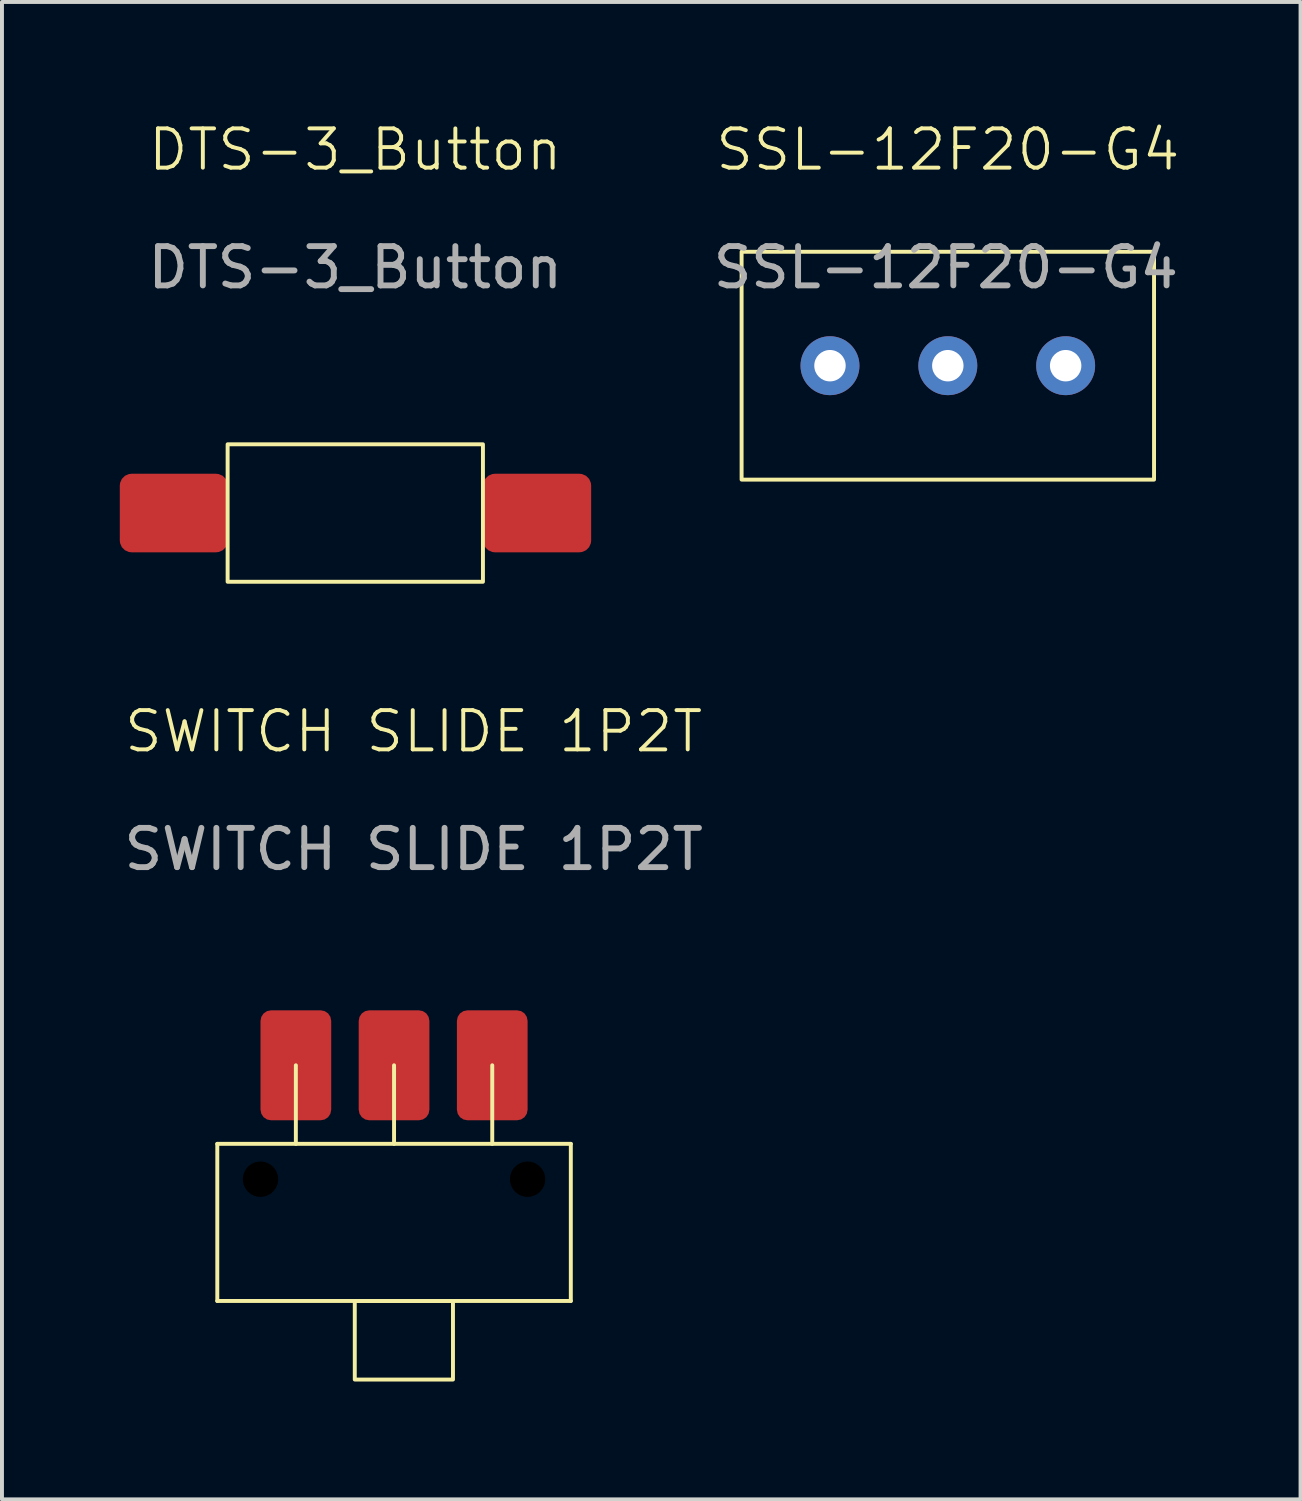
<source format=kicad_pcb>
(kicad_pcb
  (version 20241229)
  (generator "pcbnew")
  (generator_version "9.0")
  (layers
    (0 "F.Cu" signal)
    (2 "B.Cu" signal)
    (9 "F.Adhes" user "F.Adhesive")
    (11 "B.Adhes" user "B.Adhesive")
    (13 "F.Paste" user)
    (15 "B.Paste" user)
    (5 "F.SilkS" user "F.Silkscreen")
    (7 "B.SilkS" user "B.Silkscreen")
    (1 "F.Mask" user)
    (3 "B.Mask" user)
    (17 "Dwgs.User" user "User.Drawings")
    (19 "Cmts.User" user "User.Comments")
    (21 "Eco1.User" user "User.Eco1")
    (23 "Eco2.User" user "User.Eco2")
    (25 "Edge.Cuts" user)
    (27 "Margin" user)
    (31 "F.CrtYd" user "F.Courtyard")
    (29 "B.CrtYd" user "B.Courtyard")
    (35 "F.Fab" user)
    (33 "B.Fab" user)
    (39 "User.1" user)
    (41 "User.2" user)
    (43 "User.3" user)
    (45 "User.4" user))
  (footprint "SWITCH SLIDE 1P2T"
    (layer "F.Cu")
    (at 7.482 16.071)
    (property "Reference" "SWITCH SLIDE 1P2T" (at 0 -0.5 0) (unlocked yes) (layer "F.SilkS") (effects (font (size 1 1) (thickness 0.1))))
    (attr smd)
    (fp_line (start -3 10) (end -3 8) (stroke (width 0.1) (type default)) (layer "F.SilkS"))
    (fp_line (start -0.5 10) (end -0.5 8) (stroke (width 0.1) (type default)) (layer "F.SilkS"))
    (fp_line (start 2 10) (end 2 8) (stroke (width 0.1) (type default)) (layer "F.SilkS"))
    (fp_rect (start -5 10) (end -5 14) (stroke (width 0.1) (type default)) (fill no) (layer "F.SilkS"))
    (fp_rect (start -5 10) (end 4 10) (stroke (width 0.1) (type default)) (fill no) (layer "F.SilkS"))
    (fp_rect (start -5 14) (end 4 14) (stroke (width 0.1) (type default)) (fill no) (layer "F.SilkS"))
    (fp_rect (start -1.5 14) (end 1 16) (stroke (width 0.1) (type default)) (fill no) (layer "F.SilkS"))
    (fp_rect (start 4 10) (end 4 14) (stroke (width 0.1) (type default)) (fill no) (layer "F.SilkS"))
    (fp_text user "${REFERENCE}" (at 0 2.5 0) (unlocked yes) (layer "F.Fab") (effects (font (size 1 1) (thickness 0.15))))
    (pad "" np_thru_hole circle (at -3.9 10.9) (size 0.9 0.9) (drill 0.9) (layers "*.Mask"))
    (pad "" np_thru_hole circle (at 2.9 10.9) (size 0.9 0.9) (drill 0.9) (layers "*.Mask"))
    (pad "1" smd roundrect (at -3 8 90) (size 2.8 1.8) (layers "F.Cu" "F.Mask" "F.Paste") (roundrect_rratio 0.15))
    (pad "2" smd roundrect (at -0.5 8 90) (size 2.8 1.8) (layers "F.Cu" "F.Mask" "F.Paste") (roundrect_rratio 0.15))
    (pad "3" smd roundrect (at 2 8 90) (size 2.8 1.8) (layers "F.Cu" "F.Mask" "F.Paste") (roundrect_rratio 0.15)))
  (footprint "SSL-12F20-G4"
    (layer "F.Cu")
    (at 21.08 1.26)
    (property "Reference" "SSL-12F20-G4" (at 0 -0.5 0) (unlocked yes) (layer "F.SilkS") (effects (font (size 1 1) (thickness 0.1))))
    (attr smd)
    (fp_rect (start -5.25 2.1) (end 5.25 7.9) (stroke (width 0.1) (type default)) (fill no) (layer "F.SilkS"))
    (fp_text user "${REFERENCE}" (at -0.05 2.5 0) (unlocked yes) (layer "F.Fab") (effects (font (size 1 1) (thickness 0.15))))
    (pad "1" thru_hole circle (at -3 5) (size 1.5 1.5) (drill 0.8) (layers "*.Cu" "*.Mask"))
    (pad "2" thru_hole circle (at 0 5) (size 1.5 1.5) (drill 0.8) (layers "*.Cu" "*.Mask"))
    (pad "3" thru_hole circle (at 3 5) (size 1.5 1.5) (drill 0.8) (layers "*.Cu" "*.Mask")))
  (footprint "DTS-3_Button"
    (layer "F.Cu")
    (at 5.995 10.011)
    (property "Reference" "DTS-3_Button" (at 0 -9.25 0) (unlocked yes) (layer "F.SilkS") (effects (font (size 1 1) (thickness 0.1))))
    (attr smd)
    (fp_rect (start -3.25 -1.75) (end 3.25 1.75) (stroke (width 0.1) (type default)) (fill no) (layer "F.SilkS"))
    (fp_text user "${REFERENCE}" (at 0 -6.25 0) (unlocked yes) (layer "F.Fab") (effects (font (size 1 1) (thickness 0.15))))
    (pad "1" smd roundrect (at -4.62 0) (size 2.75 2) (layers "F.Cu" "F.Mask" "F.Paste") (roundrect_rratio 0.15))
    (pad "2" smd roundrect (at 4.63 0) (size 2.75 2) (layers "F.Cu" "F.Mask" "F.Paste") (roundrect_rratio 0.15)))
  (gr_rect
    (start -3 -3)
    (end 30.06 35.121)
    (stroke (width 0.1) (type default))
    (fill no)
    (layer "Edge.Cuts")))
</source>
